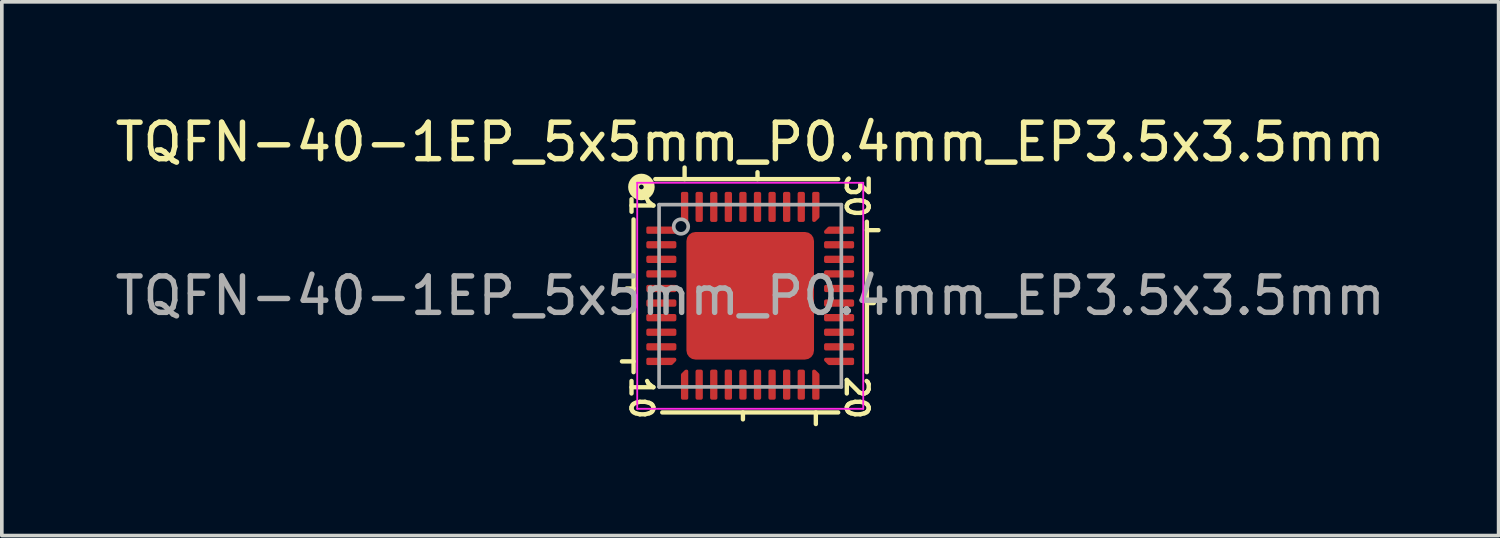
<source format=kicad_pcb>
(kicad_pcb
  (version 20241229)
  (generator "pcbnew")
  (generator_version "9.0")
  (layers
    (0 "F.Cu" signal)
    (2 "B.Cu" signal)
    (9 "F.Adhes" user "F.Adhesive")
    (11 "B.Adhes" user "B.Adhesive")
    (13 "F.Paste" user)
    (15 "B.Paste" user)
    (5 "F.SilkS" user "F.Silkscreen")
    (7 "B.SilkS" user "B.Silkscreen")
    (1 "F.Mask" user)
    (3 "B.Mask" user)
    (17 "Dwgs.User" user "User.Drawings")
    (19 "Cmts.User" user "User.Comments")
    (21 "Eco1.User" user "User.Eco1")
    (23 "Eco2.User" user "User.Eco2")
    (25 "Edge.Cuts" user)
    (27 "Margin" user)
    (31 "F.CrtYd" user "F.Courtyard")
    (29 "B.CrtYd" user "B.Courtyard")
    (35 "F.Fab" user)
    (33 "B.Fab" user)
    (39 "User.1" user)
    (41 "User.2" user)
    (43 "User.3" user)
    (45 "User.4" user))
  (footprint "TQFN-40-1EP_5x5mm_P0.4mm_EP3.5x3.5mm"
    (layer "F.Cu")
    (at 17.53 5.064)
    (property "Reference" "TQFN-40-1EP_5x5mm_P0.4mm_EP3.5x3.5mm" (at 0 -4.216 0) (layer "F.SilkS") (effects (font (size 1 1) (thickness 0.15))))
    (attr smd)
    (fp_line (start -3.2 -2.095) (end -3.2 2.095) (stroke (width 0.12) (type solid)) (layer "F.SilkS"))
    (fp_line (start -3.2 -0.2) (end -3.39 -0.2) (stroke (width 0.12) (type solid)) (layer "F.SilkS"))
    (fp_line (start -3.2 1.8) (end -3.518 1.8) (stroke (width 0.12) (type solid)) (layer "F.SilkS"))
    (fp_line (start -2.413 3.2) (end 2.413 3.2) (stroke (width 0.12) (type solid)) (layer "F.SilkS"))
    (fp_line (start -1.8 -3.2) (end -1.8 -3.518) (stroke (width 0.12) (type solid)) (layer "F.SilkS"))
    (fp_line (start -0.2 3.2) (end -0.2 3.39) (stroke (width 0.12) (type solid)) (layer "F.SilkS"))
    (fp_line (start 0.2 -3.2) (end 0.2 -3.39) (stroke (width 0.12) (type solid)) (layer "F.SilkS"))
    (fp_line (start 1.8 3.2) (end 1.8 3.518) (stroke (width 0.12) (type solid)) (layer "F.SilkS"))
    (fp_line (start 2.413 -3.2) (end -2.603 -3.2) (stroke (width 0.12) (type solid)) (layer "F.SilkS"))
    (fp_line (start 3.2 -1.8) (end 3.518 -1.8) (stroke (width 0.12) (type solid)) (layer "F.SilkS"))
    (fp_line (start 3.2 0.2) (end 3.39 0.2) (stroke (width 0.12) (type solid)) (layer "F.SilkS"))
    (fp_line (start 3.2 2.095) (end 3.2 -2.032) (stroke (width 0.12) (type solid)) (layer "F.SilkS"))
    (fp_circle (center -2.985 -2.985) (end -2.921 -2.985) (stroke (width 0.3) (type solid)) (fill no) (layer "F.SilkS"))
    (fp_line (start -3.1 -3.1) (end -3.1 3.1) (stroke (width 0.05) (type solid)) (layer "F.CrtYd"))
    (fp_line (start -3.1 3.1) (end 3.1 3.1) (stroke (width 0.05) (type solid)) (layer "F.CrtYd"))
    (fp_line (start 3.1 -3.1) (end -3.1 -3.1) (stroke (width 0.05) (type solid)) (layer "F.CrtYd"))
    (fp_line (start 3.1 3.1) (end 3.1 -3.1) (stroke (width 0.05) (type solid)) (layer "F.CrtYd"))
    (fp_line (start -2.5 -2.5) (end 2.5 -2.5) (stroke (width 0.1) (type solid)) (layer "F.Fab"))
    (fp_line (start -2.5 2.5) (end -2.5 -2.5) (stroke (width 0.1) (type solid)) (layer "F.Fab"))
    (fp_line (start 2.5 -2.5) (end 2.5 2.5) (stroke (width 0.1) (type solid)) (layer "F.Fab"))
    (fp_line (start 2.5 2.5) (end -2.5 2.5) (stroke (width 0.1) (type solid)) (layer "F.Fab"))
    (fp_circle (center -1.9 -1.9) (end -1.7 -1.9) (stroke (width 0.1) (type solid)) (fill no) (layer "F.Fab"))
    (fp_text user "30" (at 2.921 -2.731 270) (unlocked yes) (layer "F.SilkS") (effects (font (size 0.6 0.6) (thickness 0.12))))
    (fp_text user "10" (at -2.985 2.794 270) (unlocked yes) (layer "F.SilkS") (effects (font (size 0.6 0.6) (thickness 0.12))))
    (fp_text user "20" (at 2.921 2.794 270) (unlocked yes) (layer "F.SilkS") (effects (font (size 0.6 0.6) (thickness 0.12))))
    (fp_text user "1" (at -2.985 -2.477 270) (unlocked yes) (layer "F.SilkS") (effects (font (size 0.6 0.6) (thickness 0.12))))
    (fp_text user "${REFERENCE}" (at 0 0 0) (layer "F.Fab") (effects (font (size 1 1) (thickness 0.15))))
    (pad "" smd roundrect (at -0.875 -0.875) (size 1.41 1.41) (layers "F.Paste") (roundrect_rratio 0.177))
    (pad "" smd roundrect (at -0.875 0.875) (size 1.41 1.41) (layers "F.Paste") (roundrect_rratio 0.177))
    (pad "" smd roundrect (at 0.875 -0.875) (size 1.41 1.41) (layers "F.Paste") (roundrect_rratio 0.177))
    (pad "" smd roundrect (at 0.875 0.875) (size 1.41 1.41) (layers "F.Paste") (roundrect_rratio 0.177))
    (pad "1" smd custom (at -2.438 -1.8) (size 0.115 0.115) (layers "F.Cu" "F.Mask" "F.Paste") (options (anchor circle)) (primitives (gr_poly (pts (xy 0.372 0.037) (xy 0.372 0.06) (xy -0.372 0.06) (xy -0.372 -0.06) (xy 0.276 -0.06)) (width 0.08) (fill yes))))
    (pad "2" smd roundrect (at -2.438 -1.4) (size 0.825 0.2) (layers "F.Cu" "F.Mask" "F.Paste") (roundrect_rratio 0.25))
    (pad "3" smd roundrect (at -2.438 -1) (size 0.825 0.2) (layers "F.Cu" "F.Mask" "F.Paste") (roundrect_rratio 0.25))
    (pad "4" smd roundrect (at -2.438 -0.6) (size 0.825 0.2) (layers "F.Cu" "F.Mask" "F.Paste") (roundrect_rratio 0.25))
    (pad "5" smd roundrect (at -2.438 -0.2) (size 0.825 0.2) (layers "F.Cu" "F.Mask" "F.Paste") (roundrect_rratio 0.25))
    (pad "6" smd roundrect (at -2.438 0.2) (size 0.825 0.2) (layers "F.Cu" "F.Mask" "F.Paste") (roundrect_rratio 0.25))
    (pad "7" smd roundrect (at -2.438 0.6) (size 0.825 0.2) (layers "F.Cu" "F.Mask" "F.Paste") (roundrect_rratio 0.25))
    (pad "8" smd roundrect (at -2.438 1) (size 0.825 0.2) (layers "F.Cu" "F.Mask" "F.Paste") (roundrect_rratio 0.25))
    (pad "9" smd roundrect (at -2.438 1.4) (size 0.825 0.2) (layers "F.Cu" "F.Mask" "F.Paste") (roundrect_rratio 0.25))
    (pad "10" smd custom (at -2.438 1.8) (size 0.115 0.115) (layers "F.Cu" "F.Mask" "F.Paste") (options (anchor circle)) (primitives (gr_poly (pts (xy 0.372 -0.037) (xy 0.276 0.06) (xy -0.372 0.06) (xy -0.372 -0.06) (xy 0.372 -0.06)) (width 0.08) (fill yes))))
    (pad "11" smd custom (at -1.8 2.438) (size 0.115 0.115) (layers "F.Cu" "F.Mask" "F.Paste") (options (anchor circle)) (primitives (gr_poly (pts (xy 0.06 0.372) (xy -0.06 0.372) (xy -0.06 -0.276) (xy 0.037 -0.372) (xy 0.06 -0.372)) (width 0.08) (fill yes))))
    (pad "12" smd roundrect (at -1.4 2.438) (size 0.2 0.825) (layers "F.Cu" "F.Mask" "F.Paste") (roundrect_rratio 0.25))
    (pad "13" smd roundrect (at -1 2.438) (size 0.2 0.825) (layers "F.Cu" "F.Mask" "F.Paste") (roundrect_rratio 0.25))
    (pad "14" smd roundrect (at -0.6 2.438) (size 0.2 0.825) (layers "F.Cu" "F.Mask" "F.Paste") (roundrect_rratio 0.25))
    (pad "15" smd roundrect (at -0.2 2.438) (size 0.2 0.825) (layers "F.Cu" "F.Mask" "F.Paste") (roundrect_rratio 0.25))
    (pad "16" smd roundrect (at 0.2 2.438) (size 0.2 0.825) (layers "F.Cu" "F.Mask" "F.Paste") (roundrect_rratio 0.25))
    (pad "17" smd roundrect (at 0.6 2.438) (size 0.2 0.825) (layers "F.Cu" "F.Mask" "F.Paste") (roundrect_rratio 0.25))
    (pad "18" smd roundrect (at 1 2.438) (size 0.2 0.825) (layers "F.Cu" "F.Mask" "F.Paste") (roundrect_rratio 0.25))
    (pad "19" smd roundrect (at 1.4 2.438) (size 0.2 0.825) (layers "F.Cu" "F.Mask" "F.Paste") (roundrect_rratio 0.25))
    (pad "20" smd custom (at 1.8 2.438) (size 0.115 0.115) (layers "F.Cu" "F.Mask" "F.Paste") (options (anchor circle)) (primitives (gr_poly (pts (xy 0.06 -0.276) (xy 0.06 0.372) (xy -0.06 0.372) (xy -0.06 -0.372) (xy -0.037 -0.372)) (width 0.08) (fill yes))))
    (pad "21" smd custom (at 2.438 1.8) (size 0.115 0.115) (layers "F.Cu" "F.Mask" "F.Paste") (options (anchor circle)) (primitives (gr_poly (pts (xy 0.372 0.06) (xy -0.276 0.06) (xy -0.372 -0.037) (xy -0.372 -0.06) (xy 0.372 -0.06)) (width 0.08) (fill yes))))
    (pad "22" smd roundrect (at 2.438 1.4) (size 0.825 0.2) (layers "F.Cu" "F.Mask" "F.Paste") (roundrect_rratio 0.25))
    (pad "23" smd roundrect (at 2.438 1) (size 0.825 0.2) (layers "F.Cu" "F.Mask" "F.Paste") (roundrect_rratio 0.25))
    (pad "24" smd roundrect (at 2.438 0.6) (size 0.825 0.2) (layers "F.Cu" "F.Mask" "F.Paste") (roundrect_rratio 0.25))
    (pad "25" smd roundrect (at 2.438 0.2) (size 0.825 0.2) (layers "F.Cu" "F.Mask" "F.Paste") (roundrect_rratio 0.25))
    (pad "26" smd roundrect (at 2.438 -0.2) (size 0.825 0.2) (layers "F.Cu" "F.Mask" "F.Paste") (roundrect_rratio 0.25))
    (pad "27" smd roundrect (at 2.438 -0.6) (size 0.825 0.2) (layers "F.Cu" "F.Mask" "F.Paste") (roundrect_rratio 0.25))
    (pad "28" smd roundrect (at 2.438 -1) (size 0.825 0.2) (layers "F.Cu" "F.Mask" "F.Paste") (roundrect_rratio 0.25))
    (pad "29" smd roundrect (at 2.438 -1.4) (size 0.825 0.2) (layers "F.Cu" "F.Mask" "F.Paste") (roundrect_rratio 0.25))
    (pad "30" smd custom (at 2.438 -1.8) (size 0.115 0.115) (layers "F.Cu" "F.Mask" "F.Paste") (options (anchor circle)) (primitives (gr_poly (pts (xy 0.372 0.06) (xy -0.372 0.06) (xy -0.372 0.037) (xy -0.276 -0.06) (xy 0.372 -0.06)) (width 0.08) (fill yes))))
    (pad "31" smd custom (at 1.8 -2.438) (size 0.115 0.115) (layers "F.Cu" "F.Mask" "F.Paste") (options (anchor circle)) (primitives (gr_poly (pts (xy 0.06 0.276) (xy -0.037 0.372) (xy -0.06 0.372) (xy -0.06 -0.372) (xy 0.06 -0.372)) (width 0.08) (fill yes))))
    (pad "32" smd roundrect (at 1.4 -2.438) (size 0.2 0.825) (layers "F.Cu" "F.Mask" "F.Paste") (roundrect_rratio 0.25))
    (pad "33" smd roundrect (at 1 -2.438) (size 0.2 0.825) (layers "F.Cu" "F.Mask" "F.Paste") (roundrect_rratio 0.25))
    (pad "34" smd roundrect (at 0.6 -2.438) (size 0.2 0.825) (layers "F.Cu" "F.Mask" "F.Paste") (roundrect_rratio 0.25))
    (pad "35" smd roundrect (at 0.2 -2.438) (size 0.2 0.825) (layers "F.Cu" "F.Mask" "F.Paste") (roundrect_rratio 0.25))
    (pad "36" smd roundrect (at -0.2 -2.438) (size 0.2 0.825) (layers "F.Cu" "F.Mask" "F.Paste") (roundrect_rratio 0.25))
    (pad "37" smd roundrect (at -0.6 -2.438) (size 0.2 0.825) (layers "F.Cu" "F.Mask" "F.Paste") (roundrect_rratio 0.25))
    (pad "38" smd roundrect (at -1 -2.438) (size 0.2 0.825) (layers "F.Cu" "F.Mask" "F.Paste") (roundrect_rratio 0.25))
    (pad "39" smd roundrect (at -1.4 -2.438) (size 0.2 0.825) (layers "F.Cu" "F.Mask" "F.Paste") (roundrect_rratio 0.25))
    (pad "40" smd custom (at -1.8 -2.438) (size 0.115 0.115) (layers "F.Cu" "F.Mask" "F.Paste") (options (anchor circle)) (primitives (gr_poly (pts (xy 0.06 0.372) (xy 0.037 0.372) (xy -0.06 0.276) (xy -0.06 -0.372) (xy 0.06 -0.372)) (width 0.08) (fill yes))))
    (pad "41" smd roundrect (at 0 0) (size 3.5 3.5) (layers "F.Cu" "F.Mask") (roundrect_rratio 0.071)))
  (gr_rect
    (start -3 -3)
    (end 38.06 11.642)
    (stroke (width 0.1) (type default))
    (fill no)
    (layer "Edge.Cuts")))
</source>
